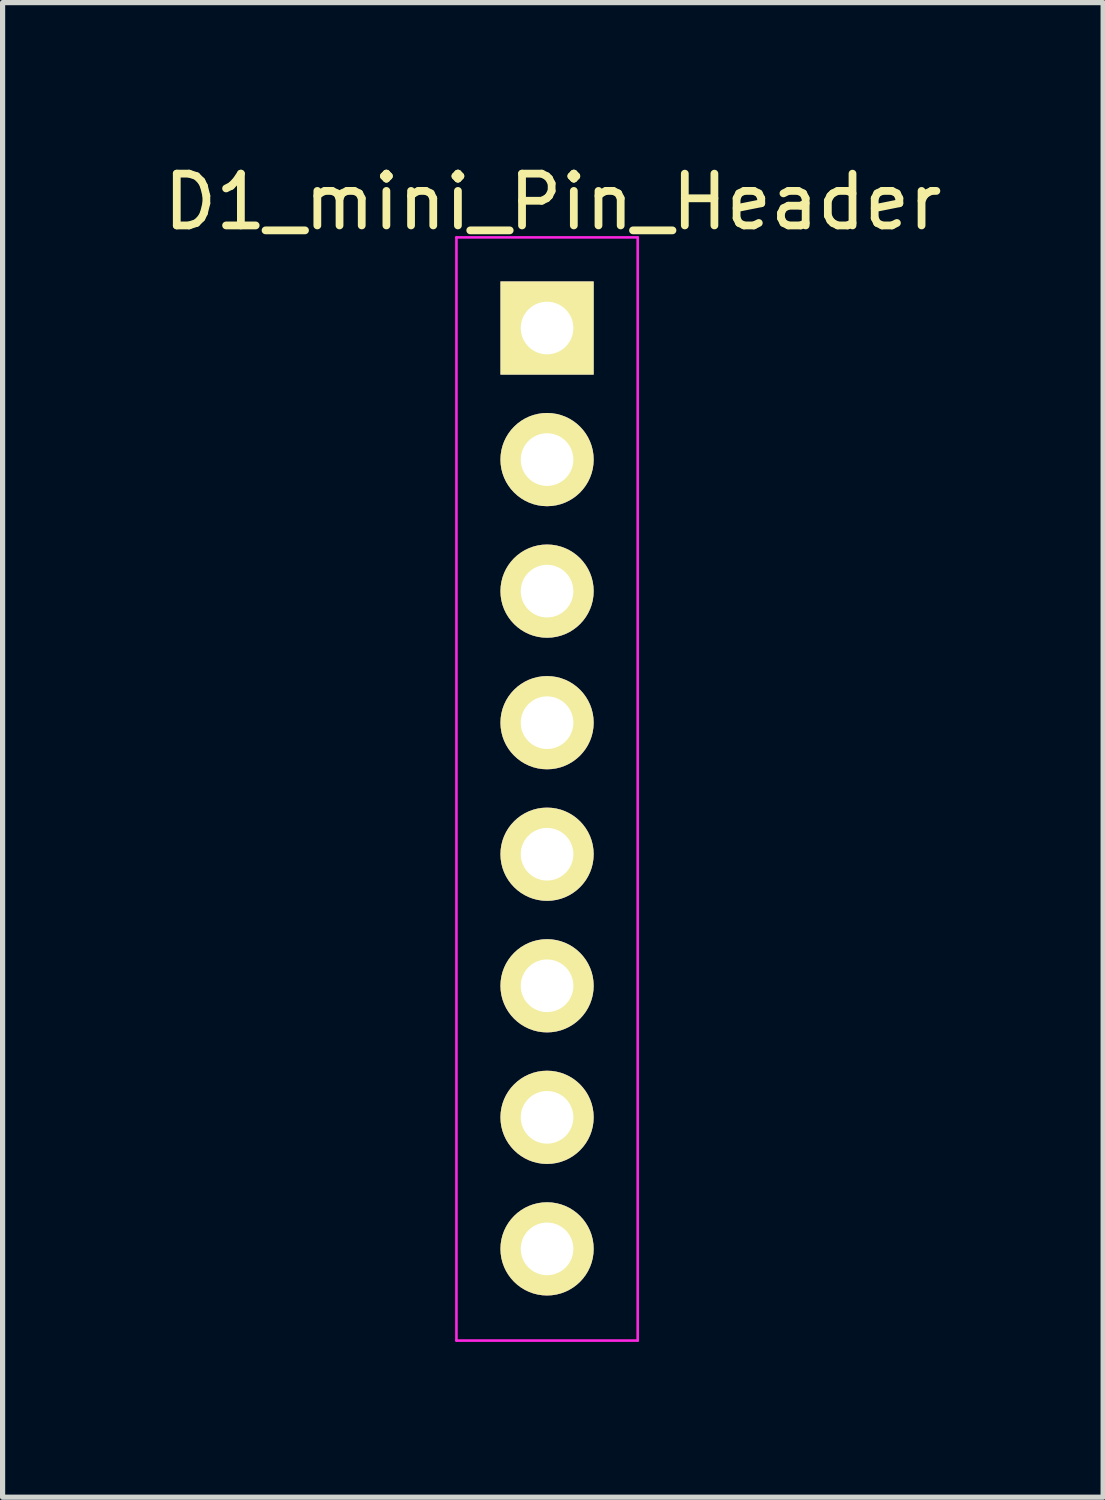
<source format=kicad_pcb>
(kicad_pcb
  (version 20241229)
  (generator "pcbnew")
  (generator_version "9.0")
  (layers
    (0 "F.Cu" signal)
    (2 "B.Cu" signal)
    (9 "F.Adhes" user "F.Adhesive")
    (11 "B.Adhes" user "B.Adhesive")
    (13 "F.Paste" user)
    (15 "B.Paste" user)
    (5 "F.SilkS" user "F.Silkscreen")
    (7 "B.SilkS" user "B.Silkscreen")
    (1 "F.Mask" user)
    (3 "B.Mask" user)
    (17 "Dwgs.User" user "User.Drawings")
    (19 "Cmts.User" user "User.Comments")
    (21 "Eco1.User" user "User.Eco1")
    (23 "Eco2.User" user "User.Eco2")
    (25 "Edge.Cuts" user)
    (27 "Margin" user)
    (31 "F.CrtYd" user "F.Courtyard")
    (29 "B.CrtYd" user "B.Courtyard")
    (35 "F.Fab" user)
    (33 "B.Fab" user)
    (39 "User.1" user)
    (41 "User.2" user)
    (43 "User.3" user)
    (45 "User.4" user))
  (footprint "D1_mini_Pin_Header"
    (layer "F.Cu")
    (at 7.513 3.284)
    (property "Reference" "D1_mini_Pin_Header" (at 0.112 -2.436 0) (layer "F.SilkS") (effects (font (size 1 1) (thickness 0.15))))
    (attr through_hole)
    (fp_line (start -1.75 -1.75) (end -1.75 19.55) (stroke (width 0.05) (type solid)) (layer "F.CrtYd"))
    (fp_line (start -1.75 -1.75) (end 1.75 -1.75) (stroke (width 0.05) (type solid)) (layer "F.CrtYd"))
    (fp_line (start -1.75 19.55) (end 1.75 19.55) (stroke (width 0.05) (type solid)) (layer "F.CrtYd"))
    (fp_line (start 1.75 -1.75) (end 1.75 19.55) (stroke (width 0.05) (type solid)) (layer "F.CrtYd"))
    (pad "1" thru_hole rect (at 0 0) (size 1.8 1.8) (drill 1.016) (layers "*.Cu" "*.Mask" "F.SilkS"))
    (pad "2" thru_hole oval (at 0 2.54) (size 1.8 1.8) (drill 1.016) (layers "*.Cu" "*.Mask" "F.SilkS"))
    (pad "3" thru_hole oval (at 0 5.08) (size 1.8 1.8) (drill 1.016) (layers "*.Cu" "*.Mask" "F.SilkS"))
    (pad "4" thru_hole oval (at 0 7.62) (size 1.8 1.8) (drill 1.016) (layers "*.Cu" "*.Mask" "F.SilkS"))
    (pad "5" thru_hole oval (at 0 10.16) (size 1.8 1.8) (drill 1.016) (layers "*.Cu" "*.Mask" "F.SilkS"))
    (pad "6" thru_hole oval (at 0 12.7) (size 1.8 1.8) (drill 1.016) (layers "*.Cu" "*.Mask" "F.SilkS"))
    (pad "7" thru_hole oval (at 0 15.24) (size 1.8 1.8) (drill 1.016) (layers "*.Cu" "*.Mask" "F.SilkS"))
    (pad "8" thru_hole oval (at 0 17.78) (size 1.8 1.8) (drill 1.016) (layers "*.Cu" "*.Mask" "F.SilkS")))
  (gr_rect
    (start -3 -3)
    (end 18.25 25.859)
    (stroke (width 0.1) (type default))
    (fill no)
    (layer "Edge.Cuts")))
</source>
